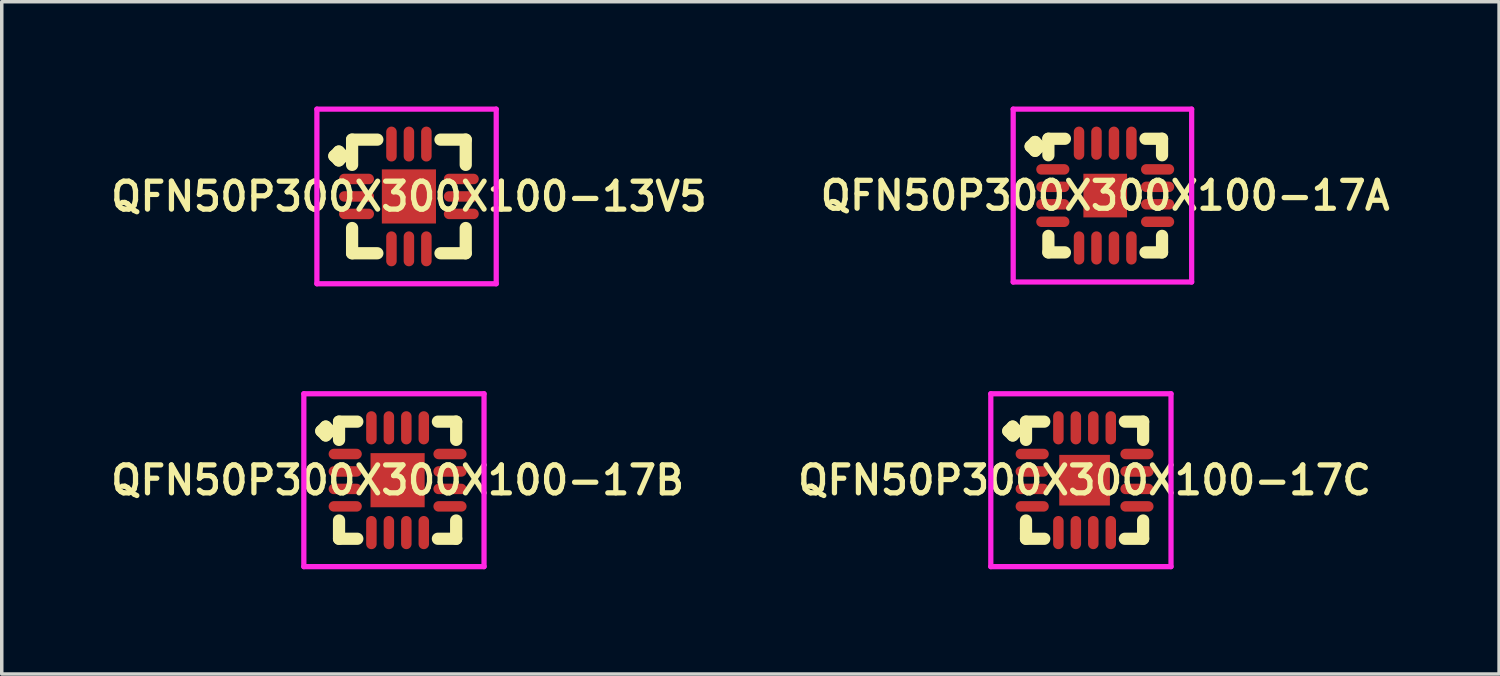
<source format=kicad_pcb>
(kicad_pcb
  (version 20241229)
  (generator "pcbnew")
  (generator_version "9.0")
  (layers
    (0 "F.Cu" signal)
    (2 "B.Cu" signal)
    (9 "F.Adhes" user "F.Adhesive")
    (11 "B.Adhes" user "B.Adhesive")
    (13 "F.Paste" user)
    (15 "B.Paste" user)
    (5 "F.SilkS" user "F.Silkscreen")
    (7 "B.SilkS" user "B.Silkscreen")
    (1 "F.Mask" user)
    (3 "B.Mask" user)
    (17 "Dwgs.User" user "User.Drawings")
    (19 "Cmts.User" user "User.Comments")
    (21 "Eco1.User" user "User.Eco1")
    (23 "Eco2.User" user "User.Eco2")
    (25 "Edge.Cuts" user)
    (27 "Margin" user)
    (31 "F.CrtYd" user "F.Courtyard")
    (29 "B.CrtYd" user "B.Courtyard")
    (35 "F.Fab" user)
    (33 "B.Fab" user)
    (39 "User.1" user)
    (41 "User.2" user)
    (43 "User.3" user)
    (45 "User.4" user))
  (footprint "QFN50P300X300X100-17C"
    (layer "F.Cu")
    (at 28.006 10.7)
    (property "Reference" "QFN50P300X300X100-17C" (at 0 0 0) (layer "F.SilkS") (effects (font (size 0.8 0.8) (thickness 0.15))))
    (attr smd)
    (fp_line (start -2.185 -1.408) (end -2.058 -1.535) (stroke (width 0.35) (type solid)) (layer "F.SilkS"))
    (fp_line (start -2.058 -1.535) (end -1.931 -1.408) (stroke (width 0.35) (type solid)) (layer "F.SilkS"))
    (fp_line (start -2.058 -1.281) (end -2.185 -1.408) (stroke (width 0.35) (type solid)) (layer "F.SilkS"))
    (fp_line (start -1.931 -1.408) (end -2.058 -1.281) (stroke (width 0.35) (type solid)) (layer "F.SilkS"))
    (fp_line (start -1.677 -1.677) (end -1.154 -1.677) (stroke (width 0.35) (type solid)) (layer "F.SilkS"))
    (fp_line (start -1.677 -1.154) (end -1.677 -1.677) (stroke (width 0.35) (type solid)) (layer "F.SilkS"))
    (fp_line (start -1.677 1.154) (end -1.677 1.677) (stroke (width 0.35) (type solid)) (layer "F.SilkS"))
    (fp_line (start -1.677 1.677) (end -1.154 1.677) (stroke (width 0.35) (type solid)) (layer "F.SilkS"))
    (fp_line (start 1.154 -1.677) (end 1.677 -1.677) (stroke (width 0.35) (type solid)) (layer "F.SilkS"))
    (fp_line (start 1.154 1.677) (end 1.677 1.677) (stroke (width 0.35) (type solid)) (layer "F.SilkS"))
    (fp_line (start 1.677 -1.677) (end 1.677 -1.154) (stroke (width 0.35) (type solid)) (layer "F.SilkS"))
    (fp_line (start 1.677 1.677) (end 1.677 1.154) (stroke (width 0.35) (type solid)) (layer "F.SilkS"))
    (fp_line (start -2.685 -2.475) (end 2.475 -2.475) (stroke (width 0.15) (type solid)) (layer "F.CrtYd"))
    (fp_line (start -2.685 2.475) (end -2.685 -2.475) (stroke (width 0.15) (type solid)) (layer "F.CrtYd"))
    (fp_line (start 2.475 -2.475) (end 2.475 2.475) (stroke (width 0.15) (type solid)) (layer "F.CrtYd"))
    (fp_line (start 2.475 2.475) (end -2.685 2.475) (stroke (width 0.15) (type solid)) (layer "F.CrtYd"))
    (pad "1" smd oval (at -1.5 -0.75) (size 0.95 0.3) (layers "F.Cu" "F.Mask" "F.Paste"))
    (pad "2" smd oval (at -1.5 -0.25) (size 0.95 0.3) (layers "F.Cu" "F.Mask" "F.Paste"))
    (pad "3" smd oval (at -1.5 0.25) (size 0.95 0.3) (layers "F.Cu" "F.Mask" "F.Paste"))
    (pad "4" smd oval (at -1.5 0.75) (size 0.95 0.3) (layers "F.Cu" "F.Mask" "F.Paste"))
    (pad "5" smd oval (at -0.75 1.5) (size 0.3 0.95) (layers "F.Cu" "F.Mask" "F.Paste"))
    (pad "6" smd oval (at -0.25 1.5) (size 0.3 0.95) (layers "F.Cu" "F.Mask" "F.Paste"))
    (pad "7" smd oval (at 0.25 1.5) (size 0.3 0.95) (layers "F.Cu" "F.Mask" "F.Paste"))
    (pad "8" smd oval (at 0.75 1.5) (size 0.3 0.95) (layers "F.Cu" "F.Mask" "F.Paste"))
    (pad "9" smd oval (at 1.5 0.75) (size 0.95 0.3) (layers "F.Cu" "F.Mask" "F.Paste"))
    (pad "10" smd oval (at 1.5 0.25) (size 0.95 0.3) (layers "F.Cu" "F.Mask" "F.Paste"))
    (pad "11" smd oval (at 1.5 -0.25) (size 0.95 0.3) (layers "F.Cu" "F.Mask" "F.Paste"))
    (pad "12" smd oval (at 1.5 -0.75) (size 0.95 0.3) (layers "F.Cu" "F.Mask" "F.Paste"))
    (pad "13" smd oval (at 0.75 -1.5) (size 0.3 0.95) (layers "F.Cu" "F.Mask" "F.Paste"))
    (pad "14" smd oval (at 0.25 -1.5) (size 0.3 0.95) (layers "F.Cu" "F.Mask" "F.Paste"))
    (pad "15" smd oval (at -0.25 -1.5) (size 0.3 0.95) (layers "F.Cu" "F.Mask" "F.Paste"))
    (pad "16" smd oval (at -0.75 -1.5) (size 0.3 0.95) (layers "F.Cu" "F.Mask" "F.Paste"))
    (pad "17" smd rect (at 0 0) (size 1.45 1.45) (layers "F.Cu" "F.Mask" "F.Paste")))
  (footprint "QFN50P300X300X100-13V5"
    (layer "F.Cu")
    (at 8.659 2.575)
    (property "Reference" "QFN50P300X300X100-13V5" (at 0 0 0) (layer "F.SilkS") (effects (font (size 0.8 0.8) (thickness 0.15))))
    (attr through_hole)
    (fp_line (start -2.135 -1.158) (end -2.008 -1.285) (stroke (width 0.35) (type solid)) (layer "F.SilkS"))
    (fp_line (start -2.008 -1.285) (end -1.881 -1.158) (stroke (width 0.35) (type solid)) (layer "F.SilkS"))
    (fp_line (start -2.008 -1.031) (end -2.135 -1.158) (stroke (width 0.35) (type solid)) (layer "F.SilkS"))
    (fp_line (start -1.881 -1.158) (end -2.008 -1.031) (stroke (width 0.35) (type solid)) (layer "F.SilkS"))
    (fp_line (start -1.627 -1.627) (end -0.904 -1.627) (stroke (width 0.35) (type solid)) (layer "F.SilkS"))
    (fp_line (start -1.627 -0.904) (end -1.627 -1.627) (stroke (width 0.35) (type solid)) (layer "F.SilkS"))
    (fp_line (start -1.627 0.904) (end -1.627 1.627) (stroke (width 0.35) (type solid)) (layer "F.SilkS"))
    (fp_line (start -1.627 1.627) (end -0.904 1.627) (stroke (width 0.35) (type solid)) (layer "F.SilkS"))
    (fp_line (start 0.904 -1.627) (end 1.627 -1.627) (stroke (width 0.35) (type solid)) (layer "F.SilkS"))
    (fp_line (start 0.904 1.627) (end 1.627 1.627) (stroke (width 0.35) (type solid)) (layer "F.SilkS"))
    (fp_line (start 1.627 -1.627) (end 1.627 -0.904) (stroke (width 0.35) (type solid)) (layer "F.SilkS"))
    (fp_line (start 1.627 1.627) (end 1.627 0.904) (stroke (width 0.35) (type solid)) (layer "F.SilkS"))
    (fp_line (start -2.635 -2.5) (end 2.5 -2.5) (stroke (width 0.15) (type solid)) (layer "F.CrtYd"))
    (fp_line (start -2.635 2.5) (end -2.635 -2.5) (stroke (width 0.15) (type solid)) (layer "F.CrtYd"))
    (fp_line (start 2.5 -2.5) (end 2.5 2.5) (stroke (width 0.15) (type solid)) (layer "F.CrtYd"))
    (fp_line (start 2.5 2.5) (end -2.635 2.5) (stroke (width 0.15) (type solid)) (layer "F.CrtYd"))
    (pad "1" smd oval (at -1.5 -0.5) (size 1 0.3) (layers "F.Cu" "F.Mask" "F.Paste"))
    (pad "2" smd oval (at -1.5 0) (size 1 0.3) (layers "F.Cu" "F.Mask" "F.Paste"))
    (pad "3" smd oval (at -1.5 0.5) (size 1 0.3) (layers "F.Cu" "F.Mask" "F.Paste"))
    (pad "4" smd oval (at -0.5 1.5) (size 0.3 1) (layers "F.Cu" "F.Mask" "F.Paste"))
    (pad "5" smd oval (at 0 1.5) (size 0.3 1) (layers "F.Cu" "F.Mask" "F.Paste"))
    (pad "6" smd oval (at 0.5 1.5) (size 0.3 1) (layers "F.Cu" "F.Mask" "F.Paste"))
    (pad "7" smd oval (at 1.5 0.5) (size 1 0.3) (layers "F.Cu" "F.Mask" "F.Paste"))
    (pad "8" smd oval (at 1.5 0) (size 1 0.3) (layers "F.Cu" "F.Mask" "F.Paste"))
    (pad "9" smd oval (at 1.5 -0.5) (size 1 0.3) (layers "F.Cu" "F.Mask" "F.Paste"))
    (pad "10" smd oval (at 0.5 -1.5) (size 0.3 1) (layers "F.Cu" "F.Mask" "F.Paste"))
    (pad "11" smd oval (at 0 -1.5) (size 0.3 1) (layers "F.Cu" "F.Mask" "F.Paste"))
    (pad "12" smd oval (at -0.5 -1.5) (size 0.3 1) (layers "F.Cu" "F.Mask" "F.Paste"))
    (pad "13" smd rect (at 0 0) (size 1.55 1.55) (layers "F.Cu" "F.Mask" "F.Paste")))
  (footprint "QFN50P300X300X100-17A"
    (layer "F.Cu")
    (at 28.597 2.55)
    (property "Reference" "QFN50P300X300X100-17A" (at 0 0 0) (layer "F.SilkS") (effects (font (size 0.8 0.8) (thickness 0.15))))
    (attr through_hole)
    (fp_line (start -2.135 -1.408) (end -2.008 -1.535) (stroke (width 0.35) (type solid)) (layer "F.SilkS"))
    (fp_line (start -2.008 -1.535) (end -1.881 -1.408) (stroke (width 0.35) (type solid)) (layer "F.SilkS"))
    (fp_line (start -2.008 -1.281) (end -2.135 -1.408) (stroke (width 0.35) (type solid)) (layer "F.SilkS"))
    (fp_line (start -1.881 -1.408) (end -2.008 -1.281) (stroke (width 0.35) (type solid)) (layer "F.SilkS"))
    (fp_line (start -1.627 -1.627) (end -1.154 -1.627) (stroke (width 0.35) (type solid)) (layer "F.SilkS"))
    (fp_line (start -1.627 -1.154) (end -1.627 -1.627) (stroke (width 0.35) (type solid)) (layer "F.SilkS"))
    (fp_line (start -1.627 1.154) (end -1.627 1.627) (stroke (width 0.35) (type solid)) (layer "F.SilkS"))
    (fp_line (start -1.627 1.627) (end -1.154 1.627) (stroke (width 0.35) (type solid)) (layer "F.SilkS"))
    (fp_line (start 1.154 -1.627) (end 1.627 -1.627) (stroke (width 0.35) (type solid)) (layer "F.SilkS"))
    (fp_line (start 1.154 1.627) (end 1.627 1.627) (stroke (width 0.35) (type solid)) (layer "F.SilkS"))
    (fp_line (start 1.627 -1.627) (end 1.627 -1.154) (stroke (width 0.35) (type solid)) (layer "F.SilkS"))
    (fp_line (start 1.627 1.627) (end 1.627 1.154) (stroke (width 0.35) (type solid)) (layer "F.SilkS"))
    (fp_line (start -2.635 -2.475) (end 2.475 -2.475) (stroke (width 0.15) (type solid)) (layer "F.CrtYd"))
    (fp_line (start -2.635 2.475) (end -2.635 -2.475) (stroke (width 0.15) (type solid)) (layer "F.CrtYd"))
    (fp_line (start 2.475 -2.475) (end 2.475 2.475) (stroke (width 0.15) (type solid)) (layer "F.CrtYd"))
    (fp_line (start 2.475 2.475) (end -2.635 2.475) (stroke (width 0.15) (type solid)) (layer "F.CrtYd"))
    (pad "1" smd oval (at -1.5 -0.75) (size 0.95 0.3) (layers "F.Cu" "F.Mask" "F.Paste"))
    (pad "2" smd oval (at -1.5 -0.25) (size 0.95 0.3) (layers "F.Cu" "F.Mask" "F.Paste"))
    (pad "3" smd oval (at -1.5 0.25) (size 0.95 0.3) (layers "F.Cu" "F.Mask" "F.Paste"))
    (pad "4" smd oval (at -1.5 0.75) (size 0.95 0.3) (layers "F.Cu" "F.Mask" "F.Paste"))
    (pad "5" smd oval (at -0.75 1.5) (size 0.3 0.95) (layers "F.Cu" "F.Mask" "F.Paste"))
    (pad "6" smd oval (at -0.25 1.5) (size 0.3 0.95) (layers "F.Cu" "F.Mask" "F.Paste"))
    (pad "7" smd oval (at 0.25 1.5) (size 0.3 0.95) (layers "F.Cu" "F.Mask" "F.Paste"))
    (pad "8" smd oval (at 0.75 1.5) (size 0.3 0.95) (layers "F.Cu" "F.Mask" "F.Paste"))
    (pad "9" smd oval (at 1.5 0.75) (size 0.95 0.3) (layers "F.Cu" "F.Mask" "F.Paste"))
    (pad "10" smd oval (at 1.5 0.25) (size 0.95 0.3) (layers "F.Cu" "F.Mask" "F.Paste"))
    (pad "11" smd oval (at 1.5 -0.25) (size 0.95 0.3) (layers "F.Cu" "F.Mask" "F.Paste"))
    (pad "12" smd oval (at 1.5 -0.75) (size 0.95 0.3) (layers "F.Cu" "F.Mask" "F.Paste"))
    (pad "13" smd oval (at 0.75 -1.5) (size 0.3 0.95) (layers "F.Cu" "F.Mask" "F.Paste"))
    (pad "14" smd oval (at 0.25 -1.5) (size 0.3 0.95) (layers "F.Cu" "F.Mask" "F.Paste"))
    (pad "15" smd oval (at -0.25 -1.5) (size 0.3 0.95) (layers "F.Cu" "F.Mask" "F.Paste"))
    (pad "16" smd oval (at -0.75 -1.5) (size 0.3 0.95) (layers "F.Cu" "F.Mask" "F.Paste"))
    (pad "17" smd rect (at 0 0) (size 1.25 1.25) (layers "F.Cu" "F.Mask" "F.Paste")))
  (footprint "QFN50P300X300X100-17B"
    (layer "F.Cu")
    (at 8.335 10.7)
    (property "Reference" "QFN50P300X300X100-17B" (at 0 0 0) (layer "F.SilkS") (effects (font (size 0.8 0.8) (thickness 0.15))))
    (attr through_hole)
    (fp_line (start -2.185 -1.408) (end -2.058 -1.535) (stroke (width 0.35) (type solid)) (layer "F.SilkS"))
    (fp_line (start -2.058 -1.535) (end -1.931 -1.408) (stroke (width 0.35) (type solid)) (layer "F.SilkS"))
    (fp_line (start -2.058 -1.281) (end -2.185 -1.408) (stroke (width 0.35) (type solid)) (layer "F.SilkS"))
    (fp_line (start -1.931 -1.408) (end -2.058 -1.281) (stroke (width 0.35) (type solid)) (layer "F.SilkS"))
    (fp_line (start -1.677 -1.677) (end -1.154 -1.677) (stroke (width 0.35) (type solid)) (layer "F.SilkS"))
    (fp_line (start -1.677 -1.154) (end -1.677 -1.677) (stroke (width 0.35) (type solid)) (layer "F.SilkS"))
    (fp_line (start -1.677 1.154) (end -1.677 1.677) (stroke (width 0.35) (type solid)) (layer "F.SilkS"))
    (fp_line (start -1.677 1.677) (end -1.154 1.677) (stroke (width 0.35) (type solid)) (layer "F.SilkS"))
    (fp_line (start 1.154 -1.677) (end 1.677 -1.677) (stroke (width 0.35) (type solid)) (layer "F.SilkS"))
    (fp_line (start 1.154 1.677) (end 1.677 1.677) (stroke (width 0.35) (type solid)) (layer "F.SilkS"))
    (fp_line (start 1.677 -1.677) (end 1.677 -1.154) (stroke (width 0.35) (type solid)) (layer "F.SilkS"))
    (fp_line (start 1.677 1.677) (end 1.677 1.154) (stroke (width 0.35) (type solid)) (layer "F.SilkS"))
    (fp_line (start -2.685 -2.475) (end 2.475 -2.475) (stroke (width 0.15) (type solid)) (layer "F.CrtYd"))
    (fp_line (start -2.685 2.475) (end -2.685 -2.475) (stroke (width 0.15) (type solid)) (layer "F.CrtYd"))
    (fp_line (start 2.475 -2.475) (end 2.475 2.475) (stroke (width 0.15) (type solid)) (layer "F.CrtYd"))
    (fp_line (start 2.475 2.475) (end -2.685 2.475) (stroke (width 0.15) (type solid)) (layer "F.CrtYd"))
    (pad "1" smd oval (at -1.5 -0.75) (size 0.95 0.3) (layers "F.Cu" "F.Mask" "F.Paste"))
    (pad "2" smd oval (at -1.5 -0.25) (size 0.95 0.3) (layers "F.Cu" "F.Mask" "F.Paste"))
    (pad "3" smd oval (at -1.5 0.25) (size 0.95 0.3) (layers "F.Cu" "F.Mask" "F.Paste"))
    (pad "4" smd oval (at -1.5 0.75) (size 0.95 0.3) (layers "F.Cu" "F.Mask" "F.Paste"))
    (pad "5" smd oval (at -0.75 1.5) (size 0.3 0.95) (layers "F.Cu" "F.Mask" "F.Paste"))
    (pad "6" smd oval (at -0.25 1.5) (size 0.3 0.95) (layers "F.Cu" "F.Mask" "F.Paste"))
    (pad "7" smd oval (at 0.25 1.5) (size 0.3 0.95) (layers "F.Cu" "F.Mask" "F.Paste"))
    (pad "8" smd oval (at 0.75 1.5) (size 0.3 0.95) (layers "F.Cu" "F.Mask" "F.Paste"))
    (pad "9" smd oval (at 1.5 0.75) (size 0.95 0.3) (layers "F.Cu" "F.Mask" "F.Paste"))
    (pad "10" smd oval (at 1.5 0.25) (size 0.95 0.3) (layers "F.Cu" "F.Mask" "F.Paste"))
    (pad "11" smd oval (at 1.5 -0.25) (size 0.95 0.3) (layers "F.Cu" "F.Mask" "F.Paste"))
    (pad "12" smd oval (at 1.5 -0.75) (size 0.95 0.3) (layers "F.Cu" "F.Mask" "F.Paste"))
    (pad "13" smd oval (at 0.75 -1.5) (size 0.3 0.95) (layers "F.Cu" "F.Mask" "F.Paste"))
    (pad "14" smd oval (at 0.25 -1.5) (size 0.3 0.95) (layers "F.Cu" "F.Mask" "F.Paste"))
    (pad "15" smd oval (at -0.25 -1.5) (size 0.3 0.95) (layers "F.Cu" "F.Mask" "F.Paste"))
    (pad "16" smd oval (at -0.75 -1.5) (size 0.3 0.95) (layers "F.Cu" "F.Mask" "F.Paste"))
    (pad "17" smd rect (at 0 0) (size 1.55 1.55) (layers "F.Cu" "F.Mask" "F.Paste")))
  (gr_rect
    (start -3 -3)
    (end 39.875 16.25)
    (stroke (width 0.1) (type default))
    (fill no)
    (layer "Edge.Cuts")))
</source>
